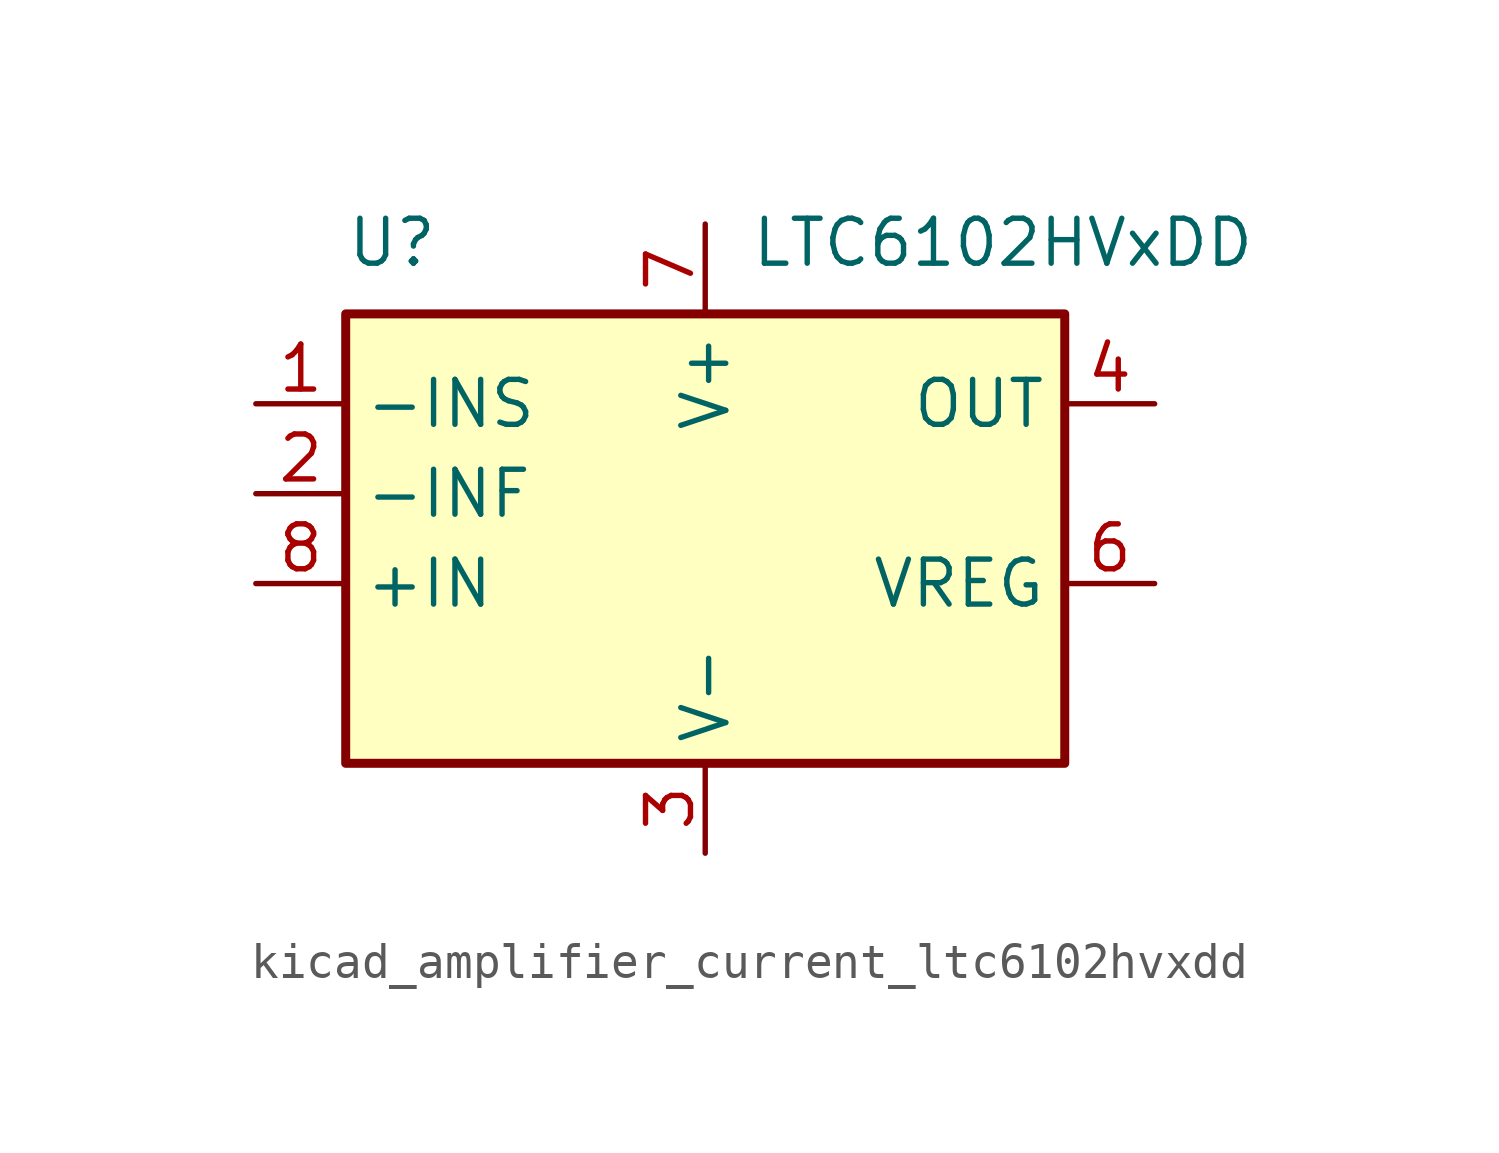
<source format=kicad_sym>
(kicad_symbol_lib
  (version 20220914)
  (generator kicad_symbol_editor)
  (symbol "kicad_amplifier_current_ltc6102hvxdd"
    (property "Reference" "U"
      (at -10.16 8.89 0)
      (effects (font (size 1.27 1.27)) (justify left bottom)))
    (property "Value" "LTC6102HVxDD"
      (at 1.27 8.89 0)
      (effects (font (size 1.27 1.27)) (justify left bottom)))
    (symbol "kicad_amplifier_current_ltc6102hvxdd_0_1"
      (rectangle (start -10.16 7.62) (end 10.16 -5.08) (stroke (width 0.254) (type default)) (fill (type background))))
    (symbol "kicad_amplifier_current_ltc6102hvxdd_1_1"
      (pin input line (at -12.7 5.08 0) (length 2.54) (name "-INS" (effects (font (size 1.27 1.27)))) (number "1" (effects (font (size 1.27 1.27)))))
      (pin input line (at -12.7 2.54 0) (length 2.54) (name "-INF" (effects (font (size 1.27 1.27)))) (number "2" (effects (font (size 1.27 1.27)))))
      (pin power_in line (at 0 -7.62 90) (length 2.54) (name "V-" (effects (font (size 1.27 1.27)))) (number "3" (effects (font (size 1.27 1.27)))))
      (pin output line (at 12.7 5.08 180) (length 2.54) (name "OUT" (effects (font (size 1.27 1.27)))) (number "4" (effects (font (size 1.27 1.27)))))
      (pin passive line (at 0 -7.62 90) (length 2.54) hide (name "V-" (effects (font (size 1.27 1.27)))) (number "5" (effects (font (size 1.27 1.27)))))
      (pin output line (at 12.7 0 180) (length 2.54) (name "VREG" (effects (font (size 1.27 1.27)))) (number "6" (effects (font (size 1.27 1.27)))))
      (pin power_in line (at 0 10.16 270) (length 2.54) (name "V+" (effects (font (size 1.27 1.27)))) (number "7" (effects (font (size 1.27 1.27)))))
      (pin input line (at -12.7 0 0) (length 2.54) (name "+IN" (effects (font (size 1.27 1.27)))) (number "8" (effects (font (size 1.27 1.27)))))
      (pin passive line (at 0 -7.62 90) (length 2.54) hide (name "V-" (effects (font (size 1.27 1.27)))) (number "9" (effects (font (size 1.27 1.27))))))))
</source>
